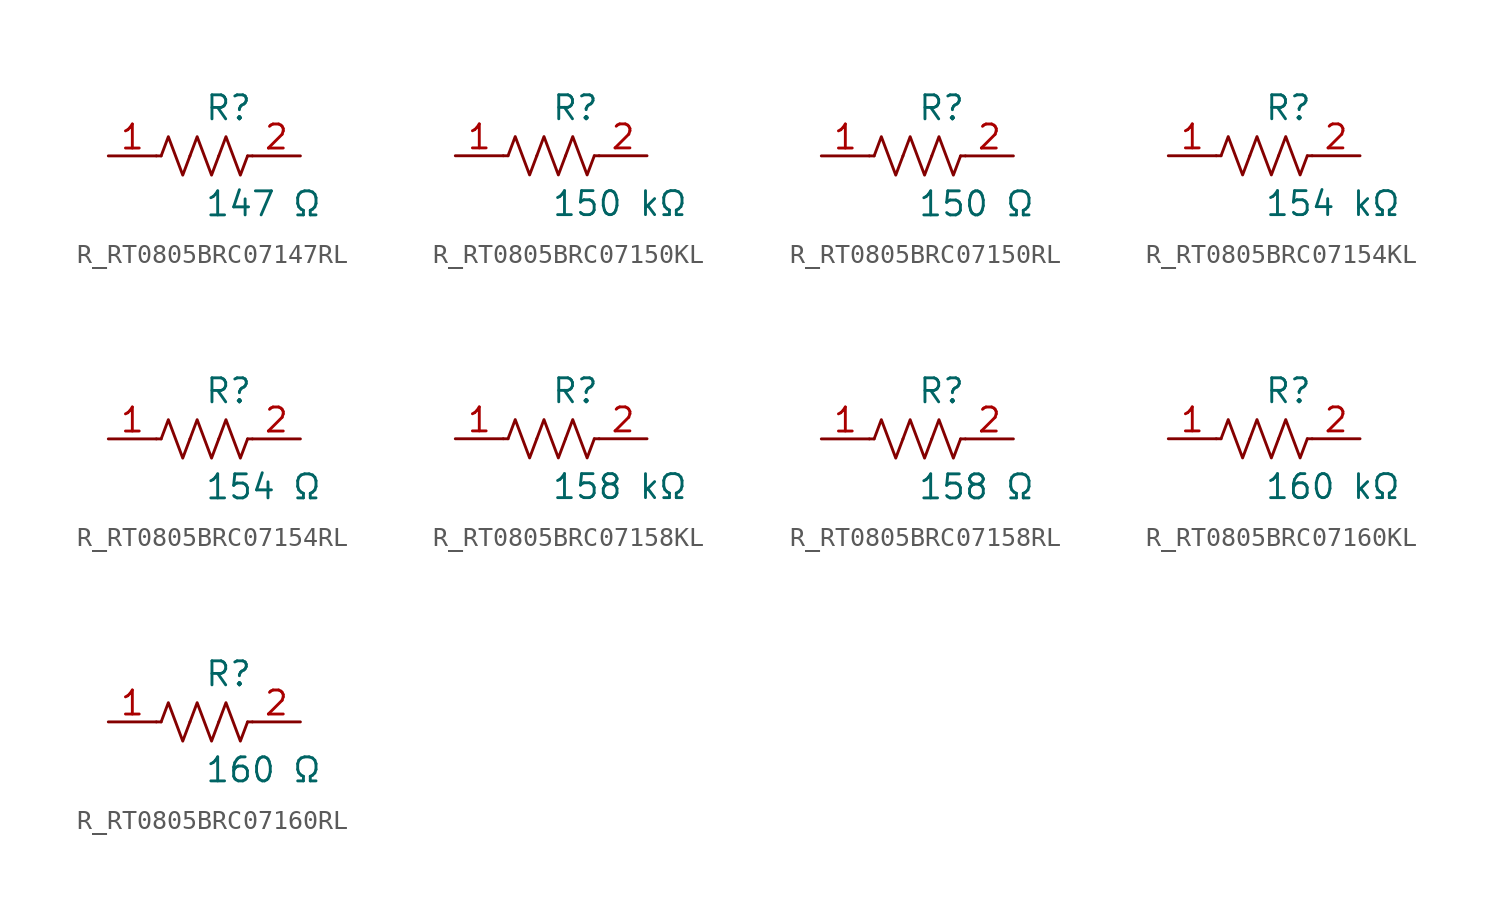
<source format=kicad_sym>
(kicad_symbol_lib
  (version 20231120)
  (generator kicad_symbol_editor)
  (generator_version 8.0)
  (symbol "R_RT0805BRC07147RL"
    (pin_names
      (offset 0.254))
    (property "Reference" "R"
      (at 0 2.54 0)
      (effects (font (size 1.27 1.27)) (justify left)))
    (property "Value" "147 Ω"
      (at 0 -2.54 0)
      (effects (font (size 1.27 1.27)) (justify left)))
    (symbol "R_RT0805BRC07147RL_0_1"
      (polyline (pts (xy 2.286 0) (xy 2.54 0)) (stroke (width 0) (type default)) (fill (type none)))
      (polyline (pts (xy -2.286 0) (xy -2.54 0)) (stroke (width 0) (type default)) (fill (type none)))
      (polyline (pts (xy 0.762 0) (xy 1.143 1.016) (xy 1.524 0) (xy 1.905 -1.016) (xy 2.286 0)) (stroke (width 0) (type default)) (fill (type none)))
      (polyline (pts (xy -0.762 0) (xy -0.381 1.016) (xy 0 0) (xy 0.381 -1.016) (xy 0.762 0)) (stroke (width 0) (type default)) (fill (type none)))
      (polyline (pts (xy -2.286 0) (xy -1.905 1.016) (xy -1.524 0) (xy -1.143 -1.016) (xy -0.762 0)) (stroke (width 0) (type default)) (fill (type none))))
    (pin unspecified line
      (at -5.08 0 0)
      (length 2.54)
      (name "" (effects (font (size 1.27 1.27))))
      (number "1" (effects (font (size 1.27 1.27)))))
    (pin unspecified line
      (at 5.08 0 180)
      (length 2.54)
      (name "" (effects (font (size 1.27 1.27))))
      (number "2" (effects (font (size 1.27 1.27))))))
  (symbol "R_RT0805BRC07150KL"
    (pin_names
      (offset 0.254))
    (property "Reference" "R"
      (at 0 2.54 0)
      (effects (font (size 1.27 1.27)) (justify left)))
    (property "Value" "150 kΩ"
      (at 0 -2.54 0)
      (effects (font (size 1.27 1.27)) (justify left)))
    (symbol "R_RT0805BRC07150KL_0_1"
      (polyline (pts (xy 2.286 0) (xy 2.54 0)) (stroke (width 0) (type default)) (fill (type none)))
      (polyline (pts (xy -2.286 0) (xy -2.54 0)) (stroke (width 0) (type default)) (fill (type none)))
      (polyline (pts (xy 0.762 0) (xy 1.143 1.016) (xy 1.524 0) (xy 1.905 -1.016) (xy 2.286 0)) (stroke (width 0) (type default)) (fill (type none)))
      (polyline (pts (xy -0.762 0) (xy -0.381 1.016) (xy 0 0) (xy 0.381 -1.016) (xy 0.762 0)) (stroke (width 0) (type default)) (fill (type none)))
      (polyline (pts (xy -2.286 0) (xy -1.905 1.016) (xy -1.524 0) (xy -1.143 -1.016) (xy -0.762 0)) (stroke (width 0) (type default)) (fill (type none))))
    (pin unspecified line
      (at -5.08 0 0)
      (length 2.54)
      (name "" (effects (font (size 1.27 1.27))))
      (number "1" (effects (font (size 1.27 1.27)))))
    (pin unspecified line
      (at 5.08 0 180)
      (length 2.54)
      (name "" (effects (font (size 1.27 1.27))))
      (number "2" (effects (font (size 1.27 1.27))))))
  (symbol "R_RT0805BRC07150RL"
    (pin_names
      (offset 0.254))
    (property "Reference" "R"
      (at 0 2.54 0)
      (effects (font (size 1.27 1.27)) (justify left)))
    (property "Value" "150 Ω"
      (at 0 -2.54 0)
      (effects (font (size 1.27 1.27)) (justify left)))
    (symbol "R_RT0805BRC07150RL_0_1"
      (polyline (pts (xy 2.286 0) (xy 2.54 0)) (stroke (width 0) (type default)) (fill (type none)))
      (polyline (pts (xy -2.286 0) (xy -2.54 0)) (stroke (width 0) (type default)) (fill (type none)))
      (polyline (pts (xy 0.762 0) (xy 1.143 1.016) (xy 1.524 0) (xy 1.905 -1.016) (xy 2.286 0)) (stroke (width 0) (type default)) (fill (type none)))
      (polyline (pts (xy -0.762 0) (xy -0.381 1.016) (xy 0 0) (xy 0.381 -1.016) (xy 0.762 0)) (stroke (width 0) (type default)) (fill (type none)))
      (polyline (pts (xy -2.286 0) (xy -1.905 1.016) (xy -1.524 0) (xy -1.143 -1.016) (xy -0.762 0)) (stroke (width 0) (type default)) (fill (type none))))
    (pin unspecified line
      (at -5.08 0 0)
      (length 2.54)
      (name "" (effects (font (size 1.27 1.27))))
      (number "1" (effects (font (size 1.27 1.27)))))
    (pin unspecified line
      (at 5.08 0 180)
      (length 2.54)
      (name "" (effects (font (size 1.27 1.27))))
      (number "2" (effects (font (size 1.27 1.27))))))
  (symbol "R_RT0805BRC07154KL"
    (pin_names
      (offset 0.254))
    (property "Reference" "R"
      (at 0 2.54 0)
      (effects (font (size 1.27 1.27)) (justify left)))
    (property "Value" "154 kΩ"
      (at 0 -2.54 0)
      (effects (font (size 1.27 1.27)) (justify left)))
    (symbol "R_RT0805BRC07154KL_0_1"
      (polyline (pts (xy 2.286 0) (xy 2.54 0)) (stroke (width 0) (type default)) (fill (type none)))
      (polyline (pts (xy -2.286 0) (xy -2.54 0)) (stroke (width 0) (type default)) (fill (type none)))
      (polyline (pts (xy 0.762 0) (xy 1.143 1.016) (xy 1.524 0) (xy 1.905 -1.016) (xy 2.286 0)) (stroke (width 0) (type default)) (fill (type none)))
      (polyline (pts (xy -0.762 0) (xy -0.381 1.016) (xy 0 0) (xy 0.381 -1.016) (xy 0.762 0)) (stroke (width 0) (type default)) (fill (type none)))
      (polyline (pts (xy -2.286 0) (xy -1.905 1.016) (xy -1.524 0) (xy -1.143 -1.016) (xy -0.762 0)) (stroke (width 0) (type default)) (fill (type none))))
    (pin unspecified line
      (at -5.08 0 0)
      (length 2.54)
      (name "" (effects (font (size 1.27 1.27))))
      (number "1" (effects (font (size 1.27 1.27)))))
    (pin unspecified line
      (at 5.08 0 180)
      (length 2.54)
      (name "" (effects (font (size 1.27 1.27))))
      (number "2" (effects (font (size 1.27 1.27))))))
  (symbol "R_RT0805BRC07154RL"
    (pin_names
      (offset 0.254))
    (property "Reference" "R"
      (at 0 2.54 0)
      (effects (font (size 1.27 1.27)) (justify left)))
    (property "Value" "154 Ω"
      (at 0 -2.54 0)
      (effects (font (size 1.27 1.27)) (justify left)))
    (symbol "R_RT0805BRC07154RL_0_1"
      (polyline (pts (xy 2.286 0) (xy 2.54 0)) (stroke (width 0) (type default)) (fill (type none)))
      (polyline (pts (xy -2.286 0) (xy -2.54 0)) (stroke (width 0) (type default)) (fill (type none)))
      (polyline (pts (xy 0.762 0) (xy 1.143 1.016) (xy 1.524 0) (xy 1.905 -1.016) (xy 2.286 0)) (stroke (width 0) (type default)) (fill (type none)))
      (polyline (pts (xy -0.762 0) (xy -0.381 1.016) (xy 0 0) (xy 0.381 -1.016) (xy 0.762 0)) (stroke (width 0) (type default)) (fill (type none)))
      (polyline (pts (xy -2.286 0) (xy -1.905 1.016) (xy -1.524 0) (xy -1.143 -1.016) (xy -0.762 0)) (stroke (width 0) (type default)) (fill (type none))))
    (pin unspecified line
      (at -5.08 0 0)
      (length 2.54)
      (name "" (effects (font (size 1.27 1.27))))
      (number "1" (effects (font (size 1.27 1.27)))))
    (pin unspecified line
      (at 5.08 0 180)
      (length 2.54)
      (name "" (effects (font (size 1.27 1.27))))
      (number "2" (effects (font (size 1.27 1.27))))))
  (symbol "R_RT0805BRC07158KL"
    (pin_names
      (offset 0.254))
    (property "Reference" "R"
      (at 0 2.54 0)
      (effects (font (size 1.27 1.27)) (justify left)))
    (property "Value" "158 kΩ"
      (at 0 -2.54 0)
      (effects (font (size 1.27 1.27)) (justify left)))
    (symbol "R_RT0805BRC07158KL_0_1"
      (polyline (pts (xy 2.286 0) (xy 2.54 0)) (stroke (width 0) (type default)) (fill (type none)))
      (polyline (pts (xy -2.286 0) (xy -2.54 0)) (stroke (width 0) (type default)) (fill (type none)))
      (polyline (pts (xy 0.762 0) (xy 1.143 1.016) (xy 1.524 0) (xy 1.905 -1.016) (xy 2.286 0)) (stroke (width 0) (type default)) (fill (type none)))
      (polyline (pts (xy -0.762 0) (xy -0.381 1.016) (xy 0 0) (xy 0.381 -1.016) (xy 0.762 0)) (stroke (width 0) (type default)) (fill (type none)))
      (polyline (pts (xy -2.286 0) (xy -1.905 1.016) (xy -1.524 0) (xy -1.143 -1.016) (xy -0.762 0)) (stroke (width 0) (type default)) (fill (type none))))
    (pin unspecified line
      (at -5.08 0 0)
      (length 2.54)
      (name "" (effects (font (size 1.27 1.27))))
      (number "1" (effects (font (size 1.27 1.27)))))
    (pin unspecified line
      (at 5.08 0 180)
      (length 2.54)
      (name "" (effects (font (size 1.27 1.27))))
      (number "2" (effects (font (size 1.27 1.27))))))
  (symbol "R_RT0805BRC07158RL"
    (pin_names
      (offset 0.254))
    (property "Reference" "R"
      (at 0 2.54 0)
      (effects (font (size 1.27 1.27)) (justify left)))
    (property "Value" "158 Ω"
      (at 0 -2.54 0)
      (effects (font (size 1.27 1.27)) (justify left)))
    (symbol "R_RT0805BRC07158RL_0_1"
      (polyline (pts (xy 2.286 0) (xy 2.54 0)) (stroke (width 0) (type default)) (fill (type none)))
      (polyline (pts (xy -2.286 0) (xy -2.54 0)) (stroke (width 0) (type default)) (fill (type none)))
      (polyline (pts (xy 0.762 0) (xy 1.143 1.016) (xy 1.524 0) (xy 1.905 -1.016) (xy 2.286 0)) (stroke (width 0) (type default)) (fill (type none)))
      (polyline (pts (xy -0.762 0) (xy -0.381 1.016) (xy 0 0) (xy 0.381 -1.016) (xy 0.762 0)) (stroke (width 0) (type default)) (fill (type none)))
      (polyline (pts (xy -2.286 0) (xy -1.905 1.016) (xy -1.524 0) (xy -1.143 -1.016) (xy -0.762 0)) (stroke (width 0) (type default)) (fill (type none))))
    (pin unspecified line
      (at -5.08 0 0)
      (length 2.54)
      (name "" (effects (font (size 1.27 1.27))))
      (number "1" (effects (font (size 1.27 1.27)))))
    (pin unspecified line
      (at 5.08 0 180)
      (length 2.54)
      (name "" (effects (font (size 1.27 1.27))))
      (number "2" (effects (font (size 1.27 1.27))))))
  (symbol "R_RT0805BRC07160KL"
    (pin_names
      (offset 0.254))
    (property "Reference" "R"
      (at 0 2.54 0)
      (effects (font (size 1.27 1.27)) (justify left)))
    (property "Value" "160 kΩ"
      (at 0 -2.54 0)
      (effects (font (size 1.27 1.27)) (justify left)))
    (symbol "R_RT0805BRC07160KL_0_1"
      (polyline (pts (xy 2.286 0) (xy 2.54 0)) (stroke (width 0) (type default)) (fill (type none)))
      (polyline (pts (xy -2.286 0) (xy -2.54 0)) (stroke (width 0) (type default)) (fill (type none)))
      (polyline (pts (xy 0.762 0) (xy 1.143 1.016) (xy 1.524 0) (xy 1.905 -1.016) (xy 2.286 0)) (stroke (width 0) (type default)) (fill (type none)))
      (polyline (pts (xy -0.762 0) (xy -0.381 1.016) (xy 0 0) (xy 0.381 -1.016) (xy 0.762 0)) (stroke (width 0) (type default)) (fill (type none)))
      (polyline (pts (xy -2.286 0) (xy -1.905 1.016) (xy -1.524 0) (xy -1.143 -1.016) (xy -0.762 0)) (stroke (width 0) (type default)) (fill (type none))))
    (pin unspecified line
      (at -5.08 0 0)
      (length 2.54)
      (name "" (effects (font (size 1.27 1.27))))
      (number "1" (effects (font (size 1.27 1.27)))))
    (pin unspecified line
      (at 5.08 0 180)
      (length 2.54)
      (name "" (effects (font (size 1.27 1.27))))
      (number "2" (effects (font (size 1.27 1.27))))))
  (symbol "R_RT0805BRC07160RL"
    (pin_names
      (offset 0.254))
    (property "Reference" "R"
      (at 0 2.54 0)
      (effects (font (size 1.27 1.27)) (justify left)))
    (property "Value" "160 Ω"
      (at 0 -2.54 0)
      (effects (font (size 1.27 1.27)) (justify left)))
    (symbol "R_RT0805BRC07160RL_0_1"
      (polyline (pts (xy 2.286 0) (xy 2.54 0)) (stroke (width 0) (type default)) (fill (type none)))
      (polyline (pts (xy -2.286 0) (xy -2.54 0)) (stroke (width 0) (type default)) (fill (type none)))
      (polyline (pts (xy 0.762 0) (xy 1.143 1.016) (xy 1.524 0) (xy 1.905 -1.016) (xy 2.286 0)) (stroke (width 0) (type default)) (fill (type none)))
      (polyline (pts (xy -0.762 0) (xy -0.381 1.016) (xy 0 0) (xy 0.381 -1.016) (xy 0.762 0)) (stroke (width 0) (type default)) (fill (type none)))
      (polyline (pts (xy -2.286 0) (xy -1.905 1.016) (xy -1.524 0) (xy -1.143 -1.016) (xy -0.762 0)) (stroke (width 0) (type default)) (fill (type none))))
    (pin unspecified line
      (at -5.08 0 0)
      (length 2.54)
      (name "" (effects (font (size 1.27 1.27))))
      (number "1" (effects (font (size 1.27 1.27)))))
    (pin unspecified line
      (at 5.08 0 180)
      (length 2.54)
      (name "" (effects (font (size 1.27 1.27))))
      (number "2" (effects (font (size 1.27 1.27)))))))
</source>
